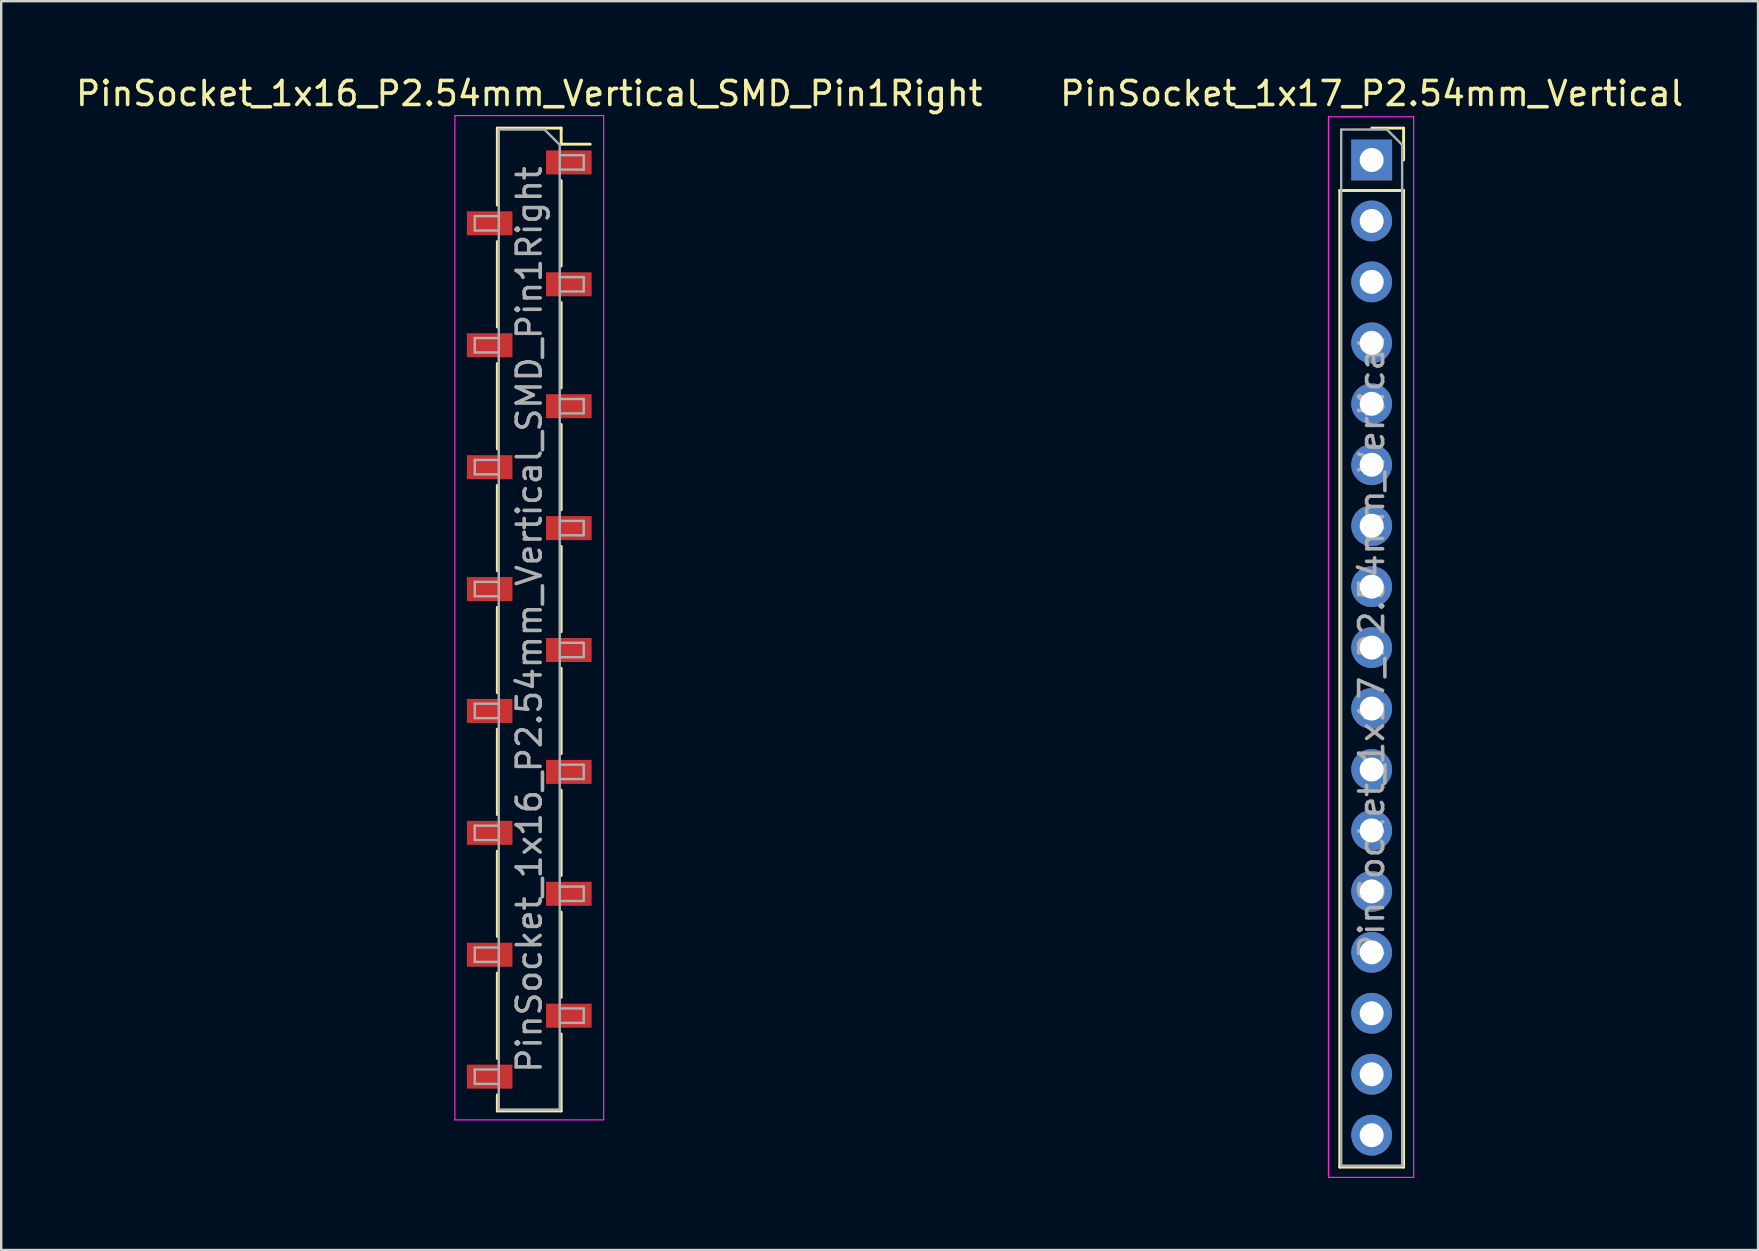
<source format=kicad_pcb>
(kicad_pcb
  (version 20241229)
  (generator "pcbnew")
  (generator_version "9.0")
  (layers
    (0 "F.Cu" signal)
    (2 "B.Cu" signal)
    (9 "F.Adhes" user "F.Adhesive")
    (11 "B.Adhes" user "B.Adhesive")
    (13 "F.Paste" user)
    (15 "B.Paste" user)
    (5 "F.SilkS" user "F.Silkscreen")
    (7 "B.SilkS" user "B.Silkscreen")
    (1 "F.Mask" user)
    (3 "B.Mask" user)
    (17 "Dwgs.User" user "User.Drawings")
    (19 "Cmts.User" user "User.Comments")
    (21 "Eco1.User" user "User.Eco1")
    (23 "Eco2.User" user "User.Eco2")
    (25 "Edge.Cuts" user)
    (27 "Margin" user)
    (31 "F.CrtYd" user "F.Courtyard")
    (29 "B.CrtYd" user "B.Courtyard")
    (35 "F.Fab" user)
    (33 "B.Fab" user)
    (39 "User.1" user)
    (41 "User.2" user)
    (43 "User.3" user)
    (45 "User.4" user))
  (footprint "PinSocket_1x16_P2.54mm_Vertical_SMD_Pin1Right"
    (layer "F.Cu")
    (at 19.006 22.768)
    (property "Reference" "PinSocket_1x16_P2.54mm_Vertical_SMD_Pin1Right" (at 0 -21.92 0) (layer "F.SilkS") (effects (font (size 1 1) (thickness 0.15))))
    (attr smd)
    (fp_line (start -1.33 -20.48) (end -1.33 -17.27) (stroke (width 0.12) (type solid)) (layer "F.SilkS"))
    (fp_line (start -1.33 -20.48) (end 1.33 -20.48) (stroke (width 0.12) (type solid)) (layer "F.SilkS"))
    (fp_line (start -1.33 -15.75) (end -1.33 -12.19) (stroke (width 0.12) (type solid)) (layer "F.SilkS"))
    (fp_line (start -1.33 -10.67) (end -1.33 -7.11) (stroke (width 0.12) (type solid)) (layer "F.SilkS"))
    (fp_line (start -1.33 -5.59) (end -1.33 -2.03) (stroke (width 0.12) (type solid)) (layer "F.SilkS"))
    (fp_line (start -1.33 -0.51) (end -1.33 3.05) (stroke (width 0.12) (type solid)) (layer "F.SilkS"))
    (fp_line (start -1.33 4.57) (end -1.33 8.13) (stroke (width 0.12) (type solid)) (layer "F.SilkS"))
    (fp_line (start -1.33 9.65) (end -1.33 13.21) (stroke (width 0.12) (type solid)) (layer "F.SilkS"))
    (fp_line (start -1.33 14.73) (end -1.33 18.29) (stroke (width 0.12) (type solid)) (layer "F.SilkS"))
    (fp_line (start -1.33 19.81) (end -1.33 20.48) (stroke (width 0.12) (type solid)) (layer "F.SilkS"))
    (fp_line (start -1.33 20.48) (end 1.33 20.48) (stroke (width 0.12) (type solid)) (layer "F.SilkS"))
    (fp_line (start 1.33 -20.48) (end 1.33 -19.81) (stroke (width 0.12) (type solid)) (layer "F.SilkS"))
    (fp_line (start 1.33 -19.81) (end 2.54 -19.81) (stroke (width 0.12) (type solid)) (layer "F.SilkS"))
    (fp_line (start 1.33 -18.29) (end 1.33 -14.73) (stroke (width 0.12) (type solid)) (layer "F.SilkS"))
    (fp_line (start 1.33 -13.21) (end 1.33 -9.65) (stroke (width 0.12) (type solid)) (layer "F.SilkS"))
    (fp_line (start 1.33 -8.13) (end 1.33 -4.57) (stroke (width 0.12) (type solid)) (layer "F.SilkS"))
    (fp_line (start 1.33 -3.05) (end 1.33 0.51) (stroke (width 0.12) (type solid)) (layer "F.SilkS"))
    (fp_line (start 1.33 2.03) (end 1.33 5.59) (stroke (width 0.12) (type solid)) (layer "F.SilkS"))
    (fp_line (start 1.33 7.11) (end 1.33 10.67) (stroke (width 0.12) (type solid)) (layer "F.SilkS"))
    (fp_line (start 1.33 12.19) (end 1.33 15.75) (stroke (width 0.12) (type solid)) (layer "F.SilkS"))
    (fp_line (start 1.33 17.27) (end 1.33 20.48) (stroke (width 0.12) (type solid)) (layer "F.SilkS"))
    (fp_line (start -3.1 -21) (end 3.1 -21) (stroke (width 0.05) (type solid)) (layer "F.CrtYd"))
    (fp_line (start -3.1 20.85) (end -3.1 -21) (stroke (width 0.05) (type solid)) (layer "F.CrtYd"))
    (fp_line (start 3.1 -21) (end 3.1 20.85) (stroke (width 0.05) (type solid)) (layer "F.CrtYd"))
    (fp_line (start 3.1 20.85) (end -3.1 20.85) (stroke (width 0.05) (type solid)) (layer "F.CrtYd"))
    (fp_line (start -2.27 -16.81) (end -1.27 -16.81) (stroke (width 0.1) (type solid)) (layer "F.Fab"))
    (fp_line (start -2.27 -16.21) (end -2.27 -16.81) (stroke (width 0.1) (type solid)) (layer "F.Fab"))
    (fp_line (start -2.27 -11.73) (end -1.27 -11.73) (stroke (width 0.1) (type solid)) (layer "F.Fab"))
    (fp_line (start -2.27 -11.13) (end -2.27 -11.73) (stroke (width 0.1) (type solid)) (layer "F.Fab"))
    (fp_line (start -2.27 -6.65) (end -1.27 -6.65) (stroke (width 0.1) (type solid)) (layer "F.Fab"))
    (fp_line (start -2.27 -6.05) (end -2.27 -6.65) (stroke (width 0.1) (type solid)) (layer "F.Fab"))
    (fp_line (start -2.27 -1.57) (end -1.27 -1.57) (stroke (width 0.1) (type solid)) (layer "F.Fab"))
    (fp_line (start -2.27 -0.97) (end -2.27 -1.57) (stroke (width 0.1) (type solid)) (layer "F.Fab"))
    (fp_line (start -2.27 3.51) (end -1.27 3.51) (stroke (width 0.1) (type solid)) (layer "F.Fab"))
    (fp_line (start -2.27 4.11) (end -2.27 3.51) (stroke (width 0.1) (type solid)) (layer "F.Fab"))
    (fp_line (start -2.27 8.59) (end -1.27 8.59) (stroke (width 0.1) (type solid)) (layer "F.Fab"))
    (fp_line (start -2.27 9.19) (end -2.27 8.59) (stroke (width 0.1) (type solid)) (layer "F.Fab"))
    (fp_line (start -2.27 13.67) (end -1.27 13.67) (stroke (width 0.1) (type solid)) (layer "F.Fab"))
    (fp_line (start -2.27 14.27) (end -2.27 13.67) (stroke (width 0.1) (type solid)) (layer "F.Fab"))
    (fp_line (start -2.27 18.75) (end -1.27 18.75) (stroke (width 0.1) (type solid)) (layer "F.Fab"))
    (fp_line (start -2.27 19.35) (end -2.27 18.75) (stroke (width 0.1) (type solid)) (layer "F.Fab"))
    (fp_line (start -1.27 -20.42) (end 0.635 -20.42) (stroke (width 0.1) (type solid)) (layer "F.Fab"))
    (fp_line (start -1.27 -16.21) (end -2.27 -16.21) (stroke (width 0.1) (type solid)) (layer "F.Fab"))
    (fp_line (start -1.27 -11.13) (end -2.27 -11.13) (stroke (width 0.1) (type solid)) (layer "F.Fab"))
    (fp_line (start -1.27 -6.05) (end -2.27 -6.05) (stroke (width 0.1) (type solid)) (layer "F.Fab"))
    (fp_line (start -1.27 -0.97) (end -2.27 -0.97) (stroke (width 0.1) (type solid)) (layer "F.Fab"))
    (fp_line (start -1.27 4.11) (end -2.27 4.11) (stroke (width 0.1) (type solid)) (layer "F.Fab"))
    (fp_line (start -1.27 9.19) (end -2.27 9.19) (stroke (width 0.1) (type solid)) (layer "F.Fab"))
    (fp_line (start -1.27 14.27) (end -2.27 14.27) (stroke (width 0.1) (type solid)) (layer "F.Fab"))
    (fp_line (start -1.27 19.35) (end -2.27 19.35) (stroke (width 0.1) (type solid)) (layer "F.Fab"))
    (fp_line (start -1.27 20.42) (end -1.27 -20.42) (stroke (width 0.1) (type solid)) (layer "F.Fab"))
    (fp_line (start 0.635 -20.42) (end 1.27 -19.785) (stroke (width 0.1) (type solid)) (layer "F.Fab"))
    (fp_line (start 1.27 -19.785) (end 1.27 20.42) (stroke (width 0.1) (type solid)) (layer "F.Fab"))
    (fp_line (start 1.27 -19.35) (end 2.27 -19.35) (stroke (width 0.1) (type solid)) (layer "F.Fab"))
    (fp_line (start 1.27 -14.27) (end 2.27 -14.27) (stroke (width 0.1) (type solid)) (layer "F.Fab"))
    (fp_line (start 1.27 -9.19) (end 2.27 -9.19) (stroke (width 0.1) (type solid)) (layer "F.Fab"))
    (fp_line (start 1.27 -4.11) (end 2.27 -4.11) (stroke (width 0.1) (type solid)) (layer "F.Fab"))
    (fp_line (start 1.27 0.97) (end 2.27 0.97) (stroke (width 0.1) (type solid)) (layer "F.Fab"))
    (fp_line (start 1.27 6.05) (end 2.27 6.05) (stroke (width 0.1) (type solid)) (layer "F.Fab"))
    (fp_line (start 1.27 11.13) (end 2.27 11.13) (stroke (width 0.1) (type solid)) (layer "F.Fab"))
    (fp_line (start 1.27 16.21) (end 2.27 16.21) (stroke (width 0.1) (type solid)) (layer "F.Fab"))
    (fp_line (start 1.27 20.42) (end -1.27 20.42) (stroke (width 0.1) (type solid)) (layer "F.Fab"))
    (fp_line (start 2.27 -19.35) (end 2.27 -18.75) (stroke (width 0.1) (type solid)) (layer "F.Fab"))
    (fp_line (start 2.27 -18.75) (end 1.27 -18.75) (stroke (width 0.1) (type solid)) (layer "F.Fab"))
    (fp_line (start 2.27 -14.27) (end 2.27 -13.67) (stroke (width 0.1) (type solid)) (layer "F.Fab"))
    (fp_line (start 2.27 -13.67) (end 1.27 -13.67) (stroke (width 0.1) (type solid)) (layer "F.Fab"))
    (fp_line (start 2.27 -9.19) (end 2.27 -8.59) (stroke (width 0.1) (type solid)) (layer "F.Fab"))
    (fp_line (start 2.27 -8.59) (end 1.27 -8.59) (stroke (width 0.1) (type solid)) (layer "F.Fab"))
    (fp_line (start 2.27 -4.11) (end 2.27 -3.51) (stroke (width 0.1) (type solid)) (layer "F.Fab"))
    (fp_line (start 2.27 -3.51) (end 1.27 -3.51) (stroke (width 0.1) (type solid)) (layer "F.Fab"))
    (fp_line (start 2.27 0.97) (end 2.27 1.57) (stroke (width 0.1) (type solid)) (layer "F.Fab"))
    (fp_line (start 2.27 1.57) (end 1.27 1.57) (stroke (width 0.1) (type solid)) (layer "F.Fab"))
    (fp_line (start 2.27 6.05) (end 2.27 6.65) (stroke (width 0.1) (type solid)) (layer "F.Fab"))
    (fp_line (start 2.27 6.65) (end 1.27 6.65) (stroke (width 0.1) (type solid)) (layer "F.Fab"))
    (fp_line (start 2.27 11.13) (end 2.27 11.73) (stroke (width 0.1) (type solid)) (layer "F.Fab"))
    (fp_line (start 2.27 11.73) (end 1.27 11.73) (stroke (width 0.1) (type solid)) (layer "F.Fab"))
    (fp_line (start 2.27 16.21) (end 2.27 16.81) (stroke (width 0.1) (type solid)) (layer "F.Fab"))
    (fp_line (start 2.27 16.81) (end 1.27 16.81) (stroke (width 0.1) (type solid)) (layer "F.Fab"))
    (fp_text user "${REFERENCE}" (at 0 0 90) (layer "F.Fab") (effects (font (size 1 1) (thickness 0.15))))
    (pad "1" smd rect (at 1.65 -19.05) (size 1.9 1) (layers "F.Cu" "F.Mask" "F.Paste"))
    (pad "2" smd rect (at -1.65 -16.51) (size 1.9 1) (layers "F.Cu" "F.Mask" "F.Paste"))
    (pad "3" smd rect (at 1.65 -13.97) (size 1.9 1) (layers "F.Cu" "F.Mask" "F.Paste"))
    (pad "4" smd rect (at -1.65 -11.43) (size 1.9 1) (layers "F.Cu" "F.Mask" "F.Paste"))
    (pad "5" smd rect (at 1.65 -8.89) (size 1.9 1) (layers "F.Cu" "F.Mask" "F.Paste"))
    (pad "6" smd rect (at -1.65 -6.35) (size 1.9 1) (layers "F.Cu" "F.Mask" "F.Paste"))
    (pad "7" smd rect (at 1.65 -3.81) (size 1.9 1) (layers "F.Cu" "F.Mask" "F.Paste"))
    (pad "8" smd rect (at -1.65 -1.27) (size 1.9 1) (layers "F.Cu" "F.Mask" "F.Paste"))
    (pad "9" smd rect (at 1.65 1.27) (size 1.9 1) (layers "F.Cu" "F.Mask" "F.Paste"))
    (pad "10" smd rect (at -1.65 3.81) (size 1.9 1) (layers "F.Cu" "F.Mask" "F.Paste"))
    (pad "11" smd rect (at 1.65 6.35) (size 1.9 1) (layers "F.Cu" "F.Mask" "F.Paste"))
    (pad "12" smd rect (at -1.65 8.89) (size 1.9 1) (layers "F.Cu" "F.Mask" "F.Paste"))
    (pad "13" smd rect (at 1.65 11.43) (size 1.9 1) (layers "F.Cu" "F.Mask" "F.Paste"))
    (pad "14" smd rect (at -1.65 13.97) (size 1.9 1) (layers "F.Cu" "F.Mask" "F.Paste"))
    (pad "15" smd rect (at 1.65 16.51) (size 1.9 1) (layers "F.Cu" "F.Mask" "F.Paste"))
    (pad "16" smd rect (at -1.65 19.05) (size 1.9 1) (layers "F.Cu" "F.Mask" "F.Paste")))
  (footprint "PinSocket_1x17_P2.54mm_Vertical"
    (layer "F.Cu")
    (at 54.113 3.618)
    (property "Reference" "PinSocket_1x17_P2.54mm_Vertical" (at 0 -2.77 0) (layer "F.SilkS") (effects (font (size 1 1) (thickness 0.15))))
    (attr through_hole)
    (fp_line (start -1.33 1.27) (end -1.33 41.97) (stroke (width 0.12) (type solid)) (layer "F.SilkS"))
    (fp_line (start -1.33 1.27) (end 1.33 1.27) (stroke (width 0.12) (type solid)) (layer "F.SilkS"))
    (fp_line (start -1.33 41.97) (end 1.33 41.97) (stroke (width 0.12) (type solid)) (layer "F.SilkS"))
    (fp_line (start 0 -1.33) (end 1.33 -1.33) (stroke (width 0.12) (type solid)) (layer "F.SilkS"))
    (fp_line (start 1.33 -1.33) (end 1.33 0) (stroke (width 0.12) (type solid)) (layer "F.SilkS"))
    (fp_line (start 1.33 1.27) (end 1.33 41.97) (stroke (width 0.12) (type solid)) (layer "F.SilkS"))
    (fp_line (start -1.8 -1.8) (end 1.75 -1.8) (stroke (width 0.05) (type solid)) (layer "F.CrtYd"))
    (fp_line (start -1.8 42.4) (end -1.8 -1.8) (stroke (width 0.05) (type solid)) (layer "F.CrtYd"))
    (fp_line (start 1.75 -1.8) (end 1.75 42.4) (stroke (width 0.05) (type solid)) (layer "F.CrtYd"))
    (fp_line (start 1.75 42.4) (end -1.8 42.4) (stroke (width 0.05) (type solid)) (layer "F.CrtYd"))
    (fp_line (start -1.27 -1.27) (end 0.635 -1.27) (stroke (width 0.1) (type solid)) (layer "F.Fab"))
    (fp_line (start -1.27 41.91) (end -1.27 -1.27) (stroke (width 0.1) (type solid)) (layer "F.Fab"))
    (fp_line (start 0.635 -1.27) (end 1.27 -0.635) (stroke (width 0.1) (type solid)) (layer "F.Fab"))
    (fp_line (start 1.27 -0.635) (end 1.27 41.91) (stroke (width 0.1) (type solid)) (layer "F.Fab"))
    (fp_line (start 1.27 41.91) (end -1.27 41.91) (stroke (width 0.1) (type solid)) (layer "F.Fab"))
    (fp_text user "${REFERENCE}" (at 0 20.32 90) (layer "F.Fab") (effects (font (size 1 1) (thickness 0.15))))
    (pad "1" thru_hole rect (at 0 0) (size 1.7 1.7) (drill 1) (layers "*.Cu" "*.Mask"))
    (pad "2" thru_hole circle (at 0 2.54) (size 1.7 1.7) (drill 1) (layers "*.Cu" "*.Mask"))
    (pad "3" thru_hole circle (at 0 5.08) (size 1.7 1.7) (drill 1) (layers "*.Cu" "*.Mask"))
    (pad "4" thru_hole circle (at 0 7.62) (size 1.7 1.7) (drill 1) (layers "*.Cu" "*.Mask"))
    (pad "5" thru_hole circle (at 0 10.16) (size 1.7 1.7) (drill 1) (layers "*.Cu" "*.Mask"))
    (pad "6" thru_hole circle (at 0 12.7) (size 1.7 1.7) (drill 1) (layers "*.Cu" "*.Mask"))
    (pad "7" thru_hole circle (at 0 15.24) (size 1.7 1.7) (drill 1) (layers "*.Cu" "*.Mask"))
    (pad "8" thru_hole circle (at 0 17.78) (size 1.7 1.7) (drill 1) (layers "*.Cu" "*.Mask"))
    (pad "9" thru_hole circle (at 0 20.32) (size 1.7 1.7) (drill 1) (layers "*.Cu" "*.Mask"))
    (pad "10" thru_hole circle (at 0 22.86) (size 1.7 1.7) (drill 1) (layers "*.Cu" "*.Mask"))
    (pad "11" thru_hole circle (at 0 25.4) (size 1.7 1.7) (drill 1) (layers "*.Cu" "*.Mask"))
    (pad "12" thru_hole circle (at 0 27.94) (size 1.7 1.7) (drill 1) (layers "*.Cu" "*.Mask"))
    (pad "13" thru_hole circle (at 0 30.48) (size 1.7 1.7) (drill 1) (layers "*.Cu" "*.Mask"))
    (pad "14" thru_hole circle (at 0 33.02) (size 1.7 1.7) (drill 1) (layers "*.Cu" "*.Mask"))
    (pad "15" thru_hole circle (at 0 35.56) (size 1.7 1.7) (drill 1) (layers "*.Cu" "*.Mask"))
    (pad "16" thru_hole circle (at 0 38.1) (size 1.7 1.7) (drill 1) (layers "*.Cu" "*.Mask"))
    (pad "17" thru_hole circle (at 0 40.64) (size 1.7 1.7) (drill 1) (layers "*.Cu" "*.Mask")))
  (gr_rect
    (start -3 -3)
    (end 70.214 49.043)
    (stroke (width 0.1) (type default))
    (fill no)
    (layer "Edge.Cuts")))
</source>
